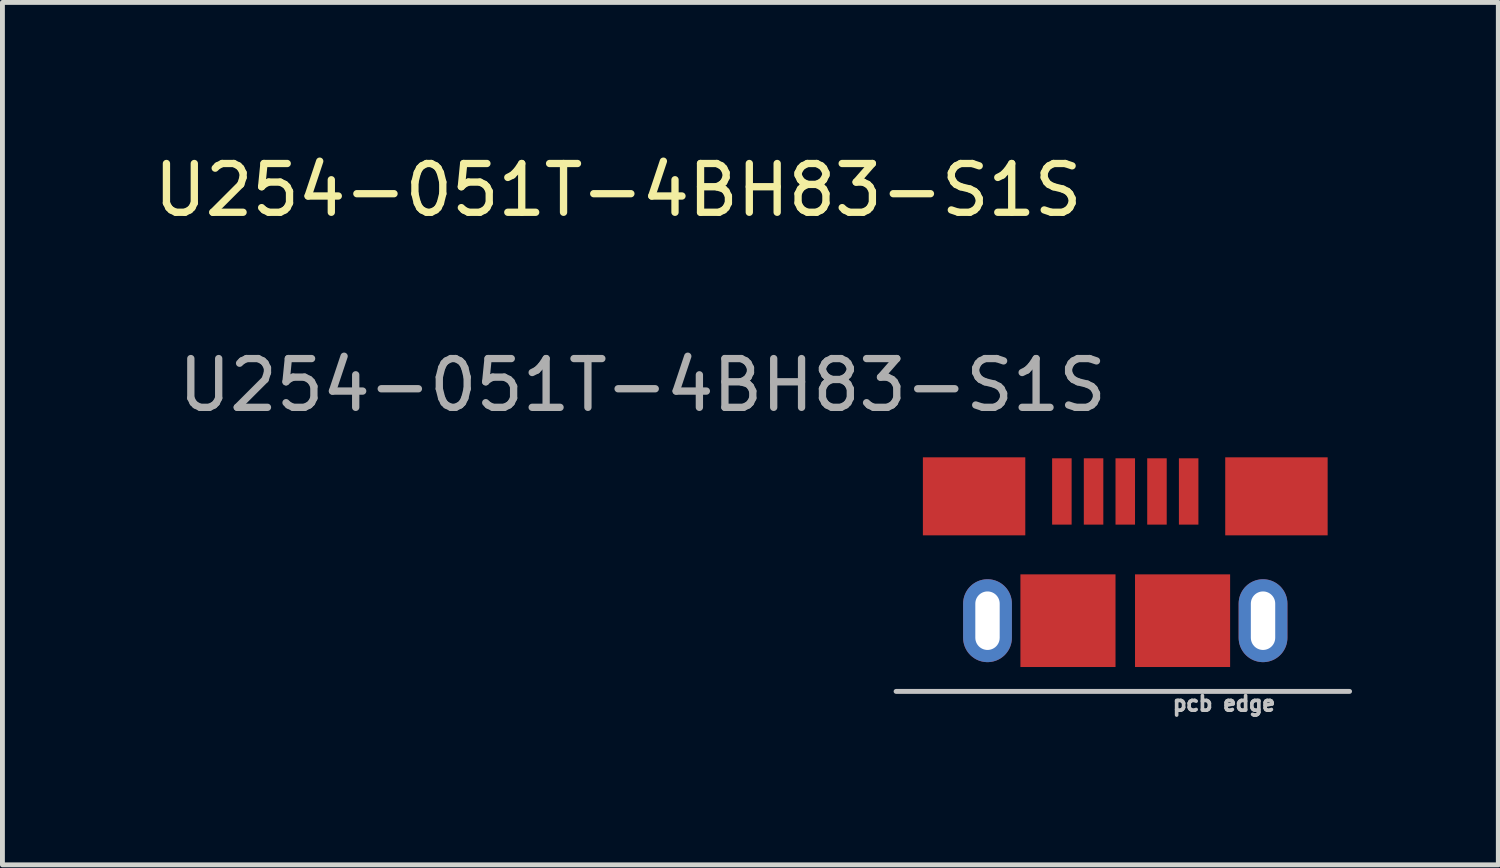
<source format=kicad_pcb>
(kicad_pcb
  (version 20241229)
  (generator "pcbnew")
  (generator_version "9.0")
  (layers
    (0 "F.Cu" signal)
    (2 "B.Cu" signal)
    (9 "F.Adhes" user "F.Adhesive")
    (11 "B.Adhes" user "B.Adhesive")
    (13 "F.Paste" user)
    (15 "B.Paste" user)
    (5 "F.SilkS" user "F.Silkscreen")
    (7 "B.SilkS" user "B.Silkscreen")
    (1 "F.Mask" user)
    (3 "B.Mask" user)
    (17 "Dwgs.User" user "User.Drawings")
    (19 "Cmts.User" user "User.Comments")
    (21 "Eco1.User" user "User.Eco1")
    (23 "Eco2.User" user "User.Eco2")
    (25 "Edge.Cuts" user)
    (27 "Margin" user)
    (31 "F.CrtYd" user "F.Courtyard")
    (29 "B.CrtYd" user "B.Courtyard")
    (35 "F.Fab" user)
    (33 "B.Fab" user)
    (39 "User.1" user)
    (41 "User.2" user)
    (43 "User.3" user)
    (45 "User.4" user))
  (footprint "U254-051T-4BH83-S1S"
    (layer "F.Cu")
    (at 20.025 7.028)
    (property "Reference" "U254-051T-4BH83-S1S" (at -10.4 -6.18 0) (unlocked yes) (layer "F.SilkS") (effects (font (size 1 1) (thickness 0.15))))
    (attr smd)
    (fp_line (start -4.7 4.1) (end 4.6 4.1) (stroke (width 0.1) (type solid)) (layer "Dwgs.User"))
    (fp_text user "pcb edge" (at 2.025 4.35 0) (unlocked yes) (layer "Dwgs.User") (effects (font (size 0.3 0.3) (thickness 0.15))))
    (fp_text user "${REFERENCE}" (at -9.9 -2.18 0) (unlocked yes) (layer "F.Fab") (effects (font (size 1 1) (thickness 0.15))))
    (pad "1" smd rect (at -1.3 0) (size 0.4 1.36) (layers "F.Cu" "F.Mask" "F.Paste"))
    (pad "2" smd rect (at -0.65 0) (size 0.4 1.36) (layers "F.Cu" "F.Mask" "F.Paste"))
    (pad "3" smd rect (at 0 0) (size 0.4 1.36) (layers "F.Cu" "F.Mask" "F.Paste"))
    (pad "4" smd rect (at 0.65 0) (size 0.4 1.36) (layers "F.Cu" "F.Mask" "F.Paste"))
    (pad "5" smd rect (at 1.3 0) (size 0.4 1.36) (layers "F.Cu" "F.Mask" "F.Paste"))
    (pad "6" smd rect (at -3.1 0.1) (size 2.1 1.6) (layers "F.Cu" "F.Mask" "F.Paste"))
    (pad "6" smd rect (at 3.1 0.1) (size 2.1 1.6) (layers "F.Cu" "F.Mask" "F.Paste"))
    (pad "7" smd rect (at -1.175 2.65) (size 1.95 1.9) (layers "F.Cu" "F.Mask" "F.Paste"))
    (pad "7" smd rect (at 1.175 2.65) (size 1.95 1.9) (layers "F.Cu" "F.Mask" "F.Paste"))
    (pad "8" thru_hole oval (at -2.825 2.65) (size 1 1.7) (drill oval 0.5 1.2) (layers "*.Cu" "*.Mask"))
    (pad "8" thru_hole oval (at 2.825 2.65) (size 1 1.7) (drill oval 0.5 1.2) (layers "*.Cu" "*.Mask")))
  (gr_rect
    (start -3 -3)
    (end 27.675 14.685)
    (stroke (width 0.1) (type default))
    (fill no)
    (layer "Edge.Cuts")))
</source>
